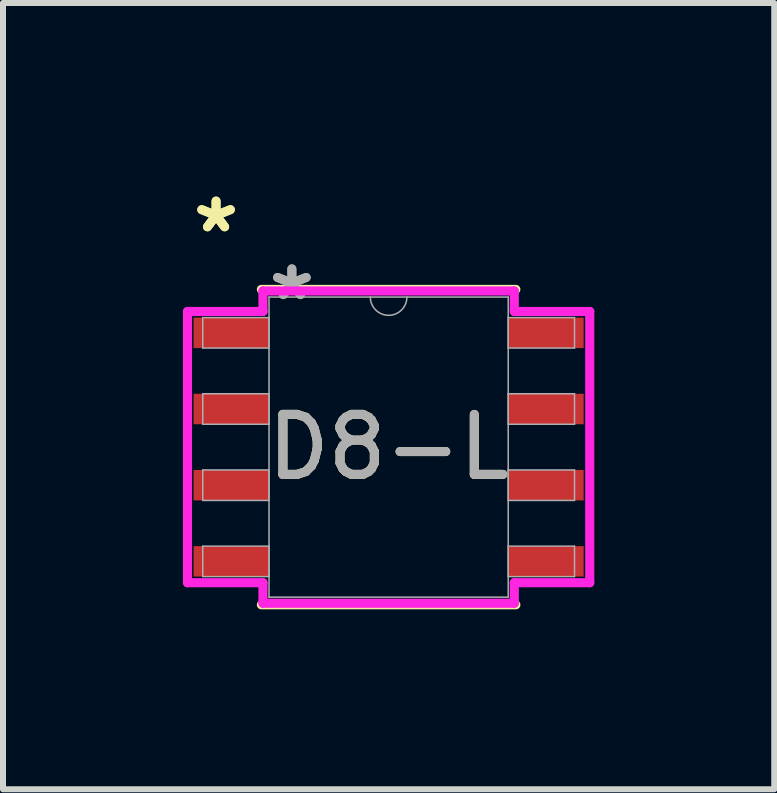
<source format=kicad_pcb>
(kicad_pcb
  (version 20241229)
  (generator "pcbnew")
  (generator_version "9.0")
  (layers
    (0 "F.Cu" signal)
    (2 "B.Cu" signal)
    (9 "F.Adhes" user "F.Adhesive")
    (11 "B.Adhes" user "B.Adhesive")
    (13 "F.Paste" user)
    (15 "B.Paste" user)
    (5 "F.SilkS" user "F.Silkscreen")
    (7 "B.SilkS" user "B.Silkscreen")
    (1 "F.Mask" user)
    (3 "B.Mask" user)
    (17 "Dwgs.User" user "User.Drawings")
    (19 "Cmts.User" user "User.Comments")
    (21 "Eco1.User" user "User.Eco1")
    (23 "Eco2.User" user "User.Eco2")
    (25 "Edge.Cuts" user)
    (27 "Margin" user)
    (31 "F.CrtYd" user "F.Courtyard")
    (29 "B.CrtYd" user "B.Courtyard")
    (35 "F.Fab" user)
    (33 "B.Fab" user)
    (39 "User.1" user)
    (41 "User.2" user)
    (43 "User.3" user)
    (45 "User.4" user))
  (footprint "D8-L"
    (layer "F.Cu")
    (at 3.429 4.404)
    (property "Reference" "D8-L" (at 0 0 0) (unlocked yes) (layer "F.SilkS") (effects (font (size 1 1) (thickness 0.15))))
    (attr smd)
    (fp_line (start -2.121 2.629) (end 2.121 2.629) (stroke (width 0.152) (type solid)) (layer "F.SilkS"))
    (fp_line (start 2.121 -2.629) (end -2.121 -2.629) (stroke (width 0.152) (type solid)) (layer "F.SilkS"))
    (fp_line (start -3.353 -2.261) (end -2.095 -2.261) (stroke (width 0.152) (type solid)) (layer "F.CrtYd"))
    (fp_line (start -3.353 2.261) (end -3.353 -2.261) (stroke (width 0.152) (type solid)) (layer "F.CrtYd"))
    (fp_line (start -3.353 2.261) (end -2.095 2.261) (stroke (width 0.152) (type solid)) (layer "F.CrtYd"))
    (fp_line (start -2.095 -2.603) (end 2.095 -2.603) (stroke (width 0.152) (type solid)) (layer "F.CrtYd"))
    (fp_line (start -2.095 -2.261) (end -2.095 -2.603) (stroke (width 0.152) (type solid)) (layer "F.CrtYd"))
    (fp_line (start -2.095 2.603) (end -2.095 2.261) (stroke (width 0.152) (type solid)) (layer "F.CrtYd"))
    (fp_line (start 2.095 -2.603) (end 2.095 -2.261) (stroke (width 0.152) (type solid)) (layer "F.CrtYd"))
    (fp_line (start 2.095 2.261) (end 2.095 2.603) (stroke (width 0.152) (type solid)) (layer "F.CrtYd"))
    (fp_line (start 2.095 2.603) (end -2.095 2.603) (stroke (width 0.152) (type solid)) (layer "F.CrtYd"))
    (fp_line (start 3.353 -2.261) (end 2.095 -2.261) (stroke (width 0.152) (type solid)) (layer "F.CrtYd"))
    (fp_line (start 3.353 -2.261) (end 3.353 2.261) (stroke (width 0.152) (type solid)) (layer "F.CrtYd"))
    (fp_line (start 3.353 2.261) (end 2.095 2.261) (stroke (width 0.152) (type solid)) (layer "F.CrtYd"))
    (fp_line (start -3.099 -2.159) (end -3.099 -1.651) (stroke (width 0.025) (type solid)) (layer "F.Fab"))
    (fp_line (start -3.099 -1.651) (end -1.994 -1.651) (stroke (width 0.025) (type solid)) (layer "F.Fab"))
    (fp_line (start -3.099 -0.889) (end -3.099 -0.381) (stroke (width 0.025) (type solid)) (layer "F.Fab"))
    (fp_line (start -3.099 -0.381) (end -1.994 -0.381) (stroke (width 0.025) (type solid)) (layer "F.Fab"))
    (fp_line (start -3.099 0.381) (end -3.099 0.889) (stroke (width 0.025) (type solid)) (layer "F.Fab"))
    (fp_line (start -3.099 0.889) (end -1.994 0.889) (stroke (width 0.025) (type solid)) (layer "F.Fab"))
    (fp_line (start -3.099 1.651) (end -3.099 2.159) (stroke (width 0.025) (type solid)) (layer "F.Fab"))
    (fp_line (start -3.099 2.159) (end -1.994 2.159) (stroke (width 0.025) (type solid)) (layer "F.Fab"))
    (fp_line (start -1.994 -2.502) (end -1.994 2.502) (stroke (width 0.025) (type solid)) (layer "F.Fab"))
    (fp_line (start -1.994 -2.159) (end -3.099 -2.159) (stroke (width 0.025) (type solid)) (layer "F.Fab"))
    (fp_line (start -1.994 -1.651) (end -1.994 -2.159) (stroke (width 0.025) (type solid)) (layer "F.Fab"))
    (fp_line (start -1.994 -0.889) (end -3.099 -0.889) (stroke (width 0.025) (type solid)) (layer "F.Fab"))
    (fp_line (start -1.994 -0.381) (end -1.994 -0.889) (stroke (width 0.025) (type solid)) (layer "F.Fab"))
    (fp_line (start -1.994 0.381) (end -3.099 0.381) (stroke (width 0.025) (type solid)) (layer "F.Fab"))
    (fp_line (start -1.994 0.889) (end -1.994 0.381) (stroke (width 0.025) (type solid)) (layer "F.Fab"))
    (fp_line (start -1.994 1.651) (end -3.099 1.651) (stroke (width 0.025) (type solid)) (layer "F.Fab"))
    (fp_line (start -1.994 2.159) (end -1.994 1.651) (stroke (width 0.025) (type solid)) (layer "F.Fab"))
    (fp_line (start -1.994 2.502) (end 1.994 2.502) (stroke (width 0.025) (type solid)) (layer "F.Fab"))
    (fp_line (start 1.994 -2.502) (end -1.994 -2.502) (stroke (width 0.025) (type solid)) (layer "F.Fab"))
    (fp_line (start 1.994 -2.159) (end 1.994 -1.651) (stroke (width 0.025) (type solid)) (layer "F.Fab"))
    (fp_line (start 1.994 -1.651) (end 3.099 -1.651) (stroke (width 0.025) (type solid)) (layer "F.Fab"))
    (fp_line (start 1.994 -0.889) (end 1.994 -0.381) (stroke (width 0.025) (type solid)) (layer "F.Fab"))
    (fp_line (start 1.994 -0.381) (end 3.099 -0.381) (stroke (width 0.025) (type solid)) (layer "F.Fab"))
    (fp_line (start 1.994 0.381) (end 1.994 0.889) (stroke (width 0.025) (type solid)) (layer "F.Fab"))
    (fp_line (start 1.994 0.889) (end 3.099 0.889) (stroke (width 0.025) (type solid)) (layer "F.Fab"))
    (fp_line (start 1.994 1.651) (end 1.994 2.159) (stroke (width 0.025) (type solid)) (layer "F.Fab"))
    (fp_line (start 1.994 2.159) (end 3.099 2.159) (stroke (width 0.025) (type solid)) (layer "F.Fab"))
    (fp_line (start 1.994 2.502) (end 1.994 -2.502) (stroke (width 0.025) (type solid)) (layer "F.Fab"))
    (fp_line (start 3.099 -2.159) (end 1.994 -2.159) (stroke (width 0.025) (type solid)) (layer "F.Fab"))
    (fp_line (start 3.099 -1.651) (end 3.099 -2.159) (stroke (width 0.025) (type solid)) (layer "F.Fab"))
    (fp_line (start 3.099 -0.889) (end 1.994 -0.889) (stroke (width 0.025) (type solid)) (layer "F.Fab"))
    (fp_line (start 3.099 -0.381) (end 3.099 -0.889) (stroke (width 0.025) (type solid)) (layer "F.Fab"))
    (fp_line (start 3.099 0.381) (end 1.994 0.381) (stroke (width 0.025) (type solid)) (layer "F.Fab"))
    (fp_line (start 3.099 0.889) (end 3.099 0.381) (stroke (width 0.025) (type solid)) (layer "F.Fab"))
    (fp_line (start 3.099 1.651) (end 1.994 1.651) (stroke (width 0.025) (type solid)) (layer "F.Fab"))
    (fp_line (start 3.099 2.159) (end 3.099 1.651) (stroke (width 0.025) (type solid)) (layer "F.Fab"))
    (fp_arc (start 0.3048 -2.5019) (mid 0 -2.1971) (end -0.3048 -2.5019) (stroke (width 0.0254) (type solid)) (layer "F.Fab"))
    (fp_text user "*" (at -2.877 -3.556 0) (unlocked yes) (layer "F.SilkS") (effects (font (size 1 1) (thickness 0.15))))
    (fp_text user "*" (at -2.877 -3.556 0) (layer "F.SilkS") (effects (font (size 1 1) (thickness 0.15))))
    (fp_text user "*" (at -1.613 -2.426 0) (unlocked yes) (layer "F.Fab") (effects (font (size 1 1) (thickness 0.15))))
    (fp_text user "*" (at -1.613 -2.426 0) (layer "F.Fab") (effects (font (size 1 1) (thickness 0.15))))
    (fp_text user "${REFERENCE}" (at 0 0 0) (unlocked yes) (layer "F.Fab") (effects (font (size 1 1) (thickness 0.15))))
    (pad "1" smd rect (at -2.623 -1.905) (size 1.257 0.508) (layers "F.Cu" "F.Mask" "F.Paste"))
    (pad "2" smd rect (at -2.623 -0.635) (size 1.257 0.508) (layers "F.Cu" "F.Mask" "F.Paste"))
    (pad "3" smd rect (at -2.623 0.635) (size 1.257 0.508) (layers "F.Cu" "F.Mask" "F.Paste"))
    (pad "4" smd rect (at -2.623 1.905) (size 1.257 0.508) (layers "F.Cu" "F.Mask" "F.Paste"))
    (pad "5" smd rect (at 2.623 1.905) (size 1.257 0.508) (layers "F.Cu" "F.Mask" "F.Paste"))
    (pad "6" smd rect (at 2.623 0.635) (size 1.257 0.508) (layers "F.Cu" "F.Mask" "F.Paste"))
    (pad "7" smd rect (at 2.623 -0.635) (size 1.257 0.508) (layers "F.Cu" "F.Mask" "F.Paste"))
    (pad "8" smd rect (at 2.623 -1.905) (size 1.257 0.508) (layers "F.Cu" "F.Mask" "F.Paste")))
  (gr_rect
    (start -3 -3)
    (end 9.858 10.109)
    (stroke (width 0.1) (type default))
    (fill no)
    (layer "Edge.Cuts")))
</source>
